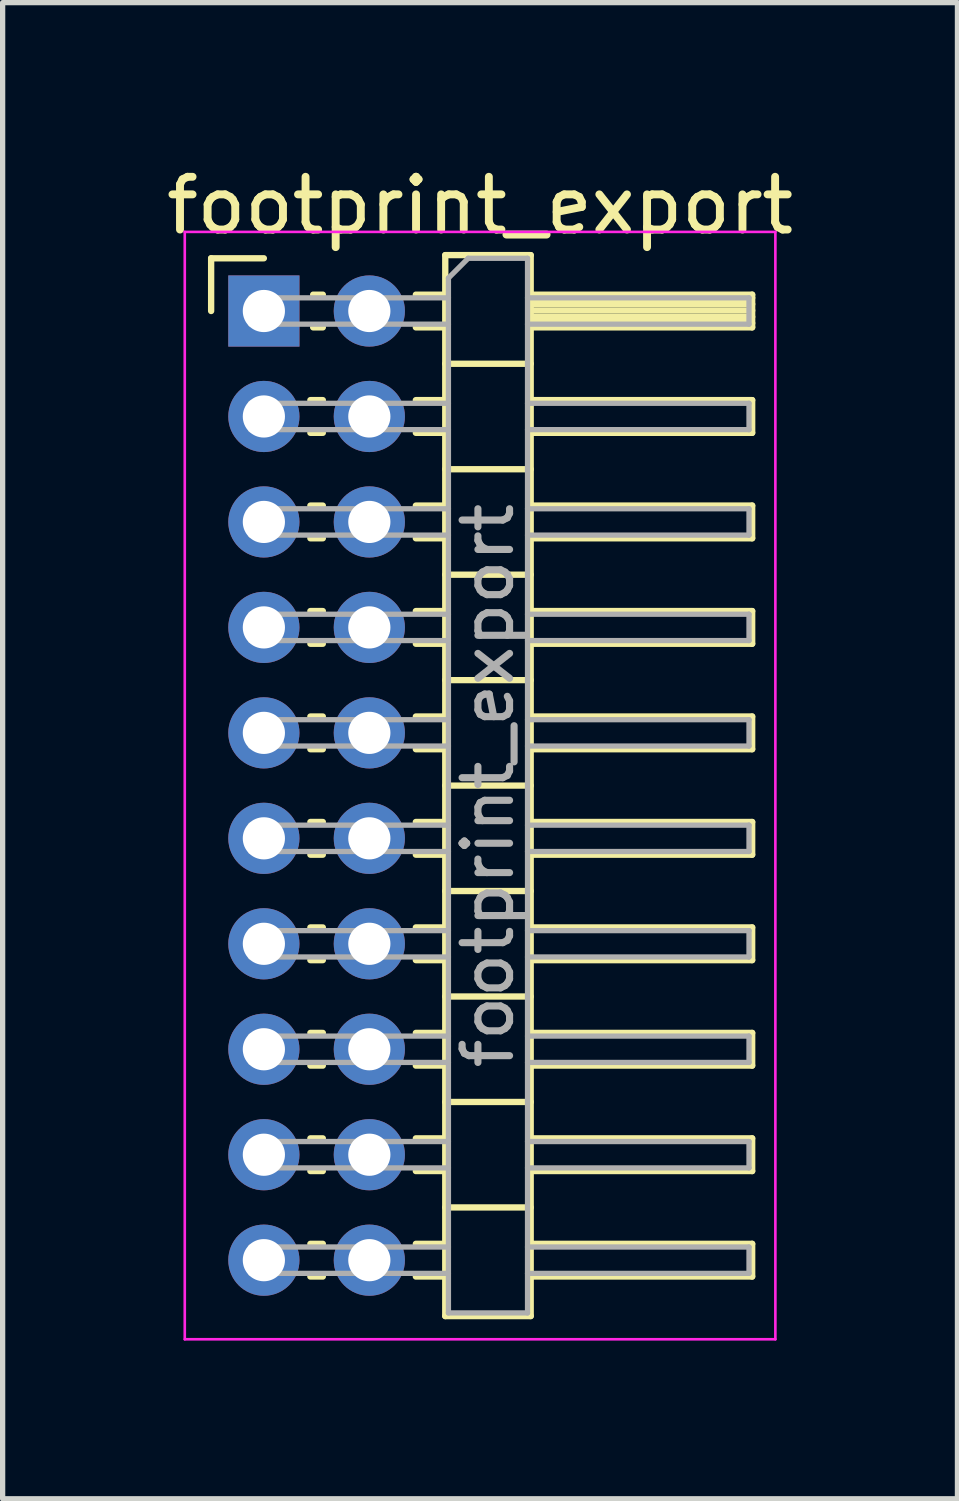
<source format=kicad_pcb>
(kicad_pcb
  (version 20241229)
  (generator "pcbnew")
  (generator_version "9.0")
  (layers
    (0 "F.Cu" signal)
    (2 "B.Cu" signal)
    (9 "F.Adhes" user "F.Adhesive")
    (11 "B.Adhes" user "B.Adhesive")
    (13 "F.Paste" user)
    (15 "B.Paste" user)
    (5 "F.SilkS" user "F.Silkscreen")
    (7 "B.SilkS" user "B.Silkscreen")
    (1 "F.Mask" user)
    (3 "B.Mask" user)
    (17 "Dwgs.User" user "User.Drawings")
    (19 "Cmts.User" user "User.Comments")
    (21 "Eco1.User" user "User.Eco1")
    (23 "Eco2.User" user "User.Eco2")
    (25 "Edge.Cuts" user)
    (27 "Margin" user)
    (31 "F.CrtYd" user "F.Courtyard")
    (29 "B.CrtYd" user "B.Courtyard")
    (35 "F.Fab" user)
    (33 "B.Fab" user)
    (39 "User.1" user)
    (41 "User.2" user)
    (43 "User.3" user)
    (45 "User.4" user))
  (footprint "footprint_export"
    (layer "F.Cu")
    (at 1.954 2.848)
    (property "Reference" "footprint_export" (at 4.1 -2 0) (layer "F.SilkS") (effects (font (size 1 1) (thickness 0.15))))
    (attr through_hole)
    (fp_line (start -1 -1) (end 0 -1) (stroke (width 0.12) (type solid)) (layer "F.SilkS"))
    (fp_line (start -1 0) (end -1 -1) (stroke (width 0.12) (type solid)) (layer "F.SilkS"))
    (fp_line (start 0.882 1.69) (end 1.118 1.69) (stroke (width 0.12) (type solid)) (layer "F.SilkS"))
    (fp_line (start 0.882 2.31) (end 1.118 2.31) (stroke (width 0.12) (type solid)) (layer "F.SilkS"))
    (fp_line (start 0.882 3.69) (end 1.118 3.69) (stroke (width 0.12) (type solid)) (layer "F.SilkS"))
    (fp_line (start 0.882 4.31) (end 1.118 4.31) (stroke (width 0.12) (type solid)) (layer "F.SilkS"))
    (fp_line (start 0.882 5.69) (end 1.118 5.69) (stroke (width 0.12) (type solid)) (layer "F.SilkS"))
    (fp_line (start 0.882 6.31) (end 1.118 6.31) (stroke (width 0.12) (type solid)) (layer "F.SilkS"))
    (fp_line (start 0.882 7.69) (end 1.118 7.69) (stroke (width 0.12) (type solid)) (layer "F.SilkS"))
    (fp_line (start 0.882 8.31) (end 1.118 8.31) (stroke (width 0.12) (type solid)) (layer "F.SilkS"))
    (fp_line (start 0.882 9.69) (end 1.118 9.69) (stroke (width 0.12) (type solid)) (layer "F.SilkS"))
    (fp_line (start 0.882 10.31) (end 1.118 10.31) (stroke (width 0.12) (type solid)) (layer "F.SilkS"))
    (fp_line (start 0.882 11.69) (end 1.118 11.69) (stroke (width 0.12) (type solid)) (layer "F.SilkS"))
    (fp_line (start 0.882 12.31) (end 1.118 12.31) (stroke (width 0.12) (type solid)) (layer "F.SilkS"))
    (fp_line (start 0.882 13.69) (end 1.118 13.69) (stroke (width 0.12) (type solid)) (layer "F.SilkS"))
    (fp_line (start 0.882 14.31) (end 1.118 14.31) (stroke (width 0.12) (type solid)) (layer "F.SilkS"))
    (fp_line (start 0.882 15.69) (end 1.118 15.69) (stroke (width 0.12) (type solid)) (layer "F.SilkS"))
    (fp_line (start 0.882 16.31) (end 1.118 16.31) (stroke (width 0.12) (type solid)) (layer "F.SilkS"))
    (fp_line (start 0.882 17.69) (end 1.118 17.69) (stroke (width 0.12) (type solid)) (layer "F.SilkS"))
    (fp_line (start 0.882 18.31) (end 1.118 18.31) (stroke (width 0.12) (type solid)) (layer "F.SilkS"))
    (fp_line (start 0.935 -0.31) (end 1.118 -0.31) (stroke (width 0.12) (type solid)) (layer "F.SilkS"))
    (fp_line (start 0.935 0.31) (end 1.118 0.31) (stroke (width 0.12) (type solid)) (layer "F.SilkS"))
    (fp_line (start 2.882 -0.31) (end 3.44 -0.31) (stroke (width 0.12) (type solid)) (layer "F.SilkS"))
    (fp_line (start 2.882 0.31) (end 3.44 0.31) (stroke (width 0.12) (type solid)) (layer "F.SilkS"))
    (fp_line (start 2.882 1.69) (end 3.44 1.69) (stroke (width 0.12) (type solid)) (layer "F.SilkS"))
    (fp_line (start 2.882 2.31) (end 3.44 2.31) (stroke (width 0.12) (type solid)) (layer "F.SilkS"))
    (fp_line (start 2.882 3.69) (end 3.44 3.69) (stroke (width 0.12) (type solid)) (layer "F.SilkS"))
    (fp_line (start 2.882 4.31) (end 3.44 4.31) (stroke (width 0.12) (type solid)) (layer "F.SilkS"))
    (fp_line (start 2.882 5.69) (end 3.44 5.69) (stroke (width 0.12) (type solid)) (layer "F.SilkS"))
    (fp_line (start 2.882 6.31) (end 3.44 6.31) (stroke (width 0.12) (type solid)) (layer "F.SilkS"))
    (fp_line (start 2.882 7.69) (end 3.44 7.69) (stroke (width 0.12) (type solid)) (layer "F.SilkS"))
    (fp_line (start 2.882 8.31) (end 3.44 8.31) (stroke (width 0.12) (type solid)) (layer "F.SilkS"))
    (fp_line (start 2.882 9.69) (end 3.44 9.69) (stroke (width 0.12) (type solid)) (layer "F.SilkS"))
    (fp_line (start 2.882 10.31) (end 3.44 10.31) (stroke (width 0.12) (type solid)) (layer "F.SilkS"))
    (fp_line (start 2.882 11.69) (end 3.44 11.69) (stroke (width 0.12) (type solid)) (layer "F.SilkS"))
    (fp_line (start 2.882 12.31) (end 3.44 12.31) (stroke (width 0.12) (type solid)) (layer "F.SilkS"))
    (fp_line (start 2.882 13.69) (end 3.44 13.69) (stroke (width 0.12) (type solid)) (layer "F.SilkS"))
    (fp_line (start 2.882 14.31) (end 3.44 14.31) (stroke (width 0.12) (type solid)) (layer "F.SilkS"))
    (fp_line (start 2.882 15.69) (end 3.44 15.69) (stroke (width 0.12) (type solid)) (layer "F.SilkS"))
    (fp_line (start 2.882 16.31) (end 3.44 16.31) (stroke (width 0.12) (type solid)) (layer "F.SilkS"))
    (fp_line (start 2.882 17.69) (end 3.44 17.69) (stroke (width 0.12) (type solid)) (layer "F.SilkS"))
    (fp_line (start 2.882 18.31) (end 3.44 18.31) (stroke (width 0.12) (type solid)) (layer "F.SilkS"))
    (fp_line (start 3.44 -1.06) (end 3.44 19.06) (stroke (width 0.12) (type solid)) (layer "F.SilkS"))
    (fp_line (start 3.44 1) (end 5.06 1) (stroke (width 0.12) (type solid)) (layer "F.SilkS"))
    (fp_line (start 3.44 3) (end 5.06 3) (stroke (width 0.12) (type solid)) (layer "F.SilkS"))
    (fp_line (start 3.44 5) (end 5.06 5) (stroke (width 0.12) (type solid)) (layer "F.SilkS"))
    (fp_line (start 3.44 7) (end 5.06 7) (stroke (width 0.12) (type solid)) (layer "F.SilkS"))
    (fp_line (start 3.44 9) (end 5.06 9) (stroke (width 0.12) (type solid)) (layer "F.SilkS"))
    (fp_line (start 3.44 11) (end 5.06 11) (stroke (width 0.12) (type solid)) (layer "F.SilkS"))
    (fp_line (start 3.44 13) (end 5.06 13) (stroke (width 0.12) (type solid)) (layer "F.SilkS"))
    (fp_line (start 3.44 15) (end 5.06 15) (stroke (width 0.12) (type solid)) (layer "F.SilkS"))
    (fp_line (start 3.44 17) (end 5.06 17) (stroke (width 0.12) (type solid)) (layer "F.SilkS"))
    (fp_line (start 3.44 19.06) (end 5.06 19.06) (stroke (width 0.12) (type solid)) (layer "F.SilkS"))
    (fp_line (start 5.06 -1.06) (end 3.44 -1.06) (stroke (width 0.12) (type solid)) (layer "F.SilkS"))
    (fp_line (start 5.06 -0.31) (end 9.26 -0.31) (stroke (width 0.12) (type solid)) (layer "F.SilkS"))
    (fp_line (start 5.06 -0.25) (end 9.26 -0.25) (stroke (width 0.12) (type solid)) (layer "F.SilkS"))
    (fp_line (start 5.06 -0.13) (end 9.26 -0.13) (stroke (width 0.12) (type solid)) (layer "F.SilkS"))
    (fp_line (start 5.06 -0.01) (end 9.26 -0.01) (stroke (width 0.12) (type solid)) (layer "F.SilkS"))
    (fp_line (start 5.06 0.11) (end 9.26 0.11) (stroke (width 0.12) (type solid)) (layer "F.SilkS"))
    (fp_line (start 5.06 0.23) (end 9.26 0.23) (stroke (width 0.12) (type solid)) (layer "F.SilkS"))
    (fp_line (start 5.06 1.69) (end 9.26 1.69) (stroke (width 0.12) (type solid)) (layer "F.SilkS"))
    (fp_line (start 5.06 3.69) (end 9.26 3.69) (stroke (width 0.12) (type solid)) (layer "F.SilkS"))
    (fp_line (start 5.06 5.69) (end 9.26 5.69) (stroke (width 0.12) (type solid)) (layer "F.SilkS"))
    (fp_line (start 5.06 7.69) (end 9.26 7.69) (stroke (width 0.12) (type solid)) (layer "F.SilkS"))
    (fp_line (start 5.06 9.69) (end 9.26 9.69) (stroke (width 0.12) (type solid)) (layer "F.SilkS"))
    (fp_line (start 5.06 11.69) (end 9.26 11.69) (stroke (width 0.12) (type solid)) (layer "F.SilkS"))
    (fp_line (start 5.06 13.69) (end 9.26 13.69) (stroke (width 0.12) (type solid)) (layer "F.SilkS"))
    (fp_line (start 5.06 15.69) (end 9.26 15.69) (stroke (width 0.12) (type solid)) (layer "F.SilkS"))
    (fp_line (start 5.06 17.69) (end 9.26 17.69) (stroke (width 0.12) (type solid)) (layer "F.SilkS"))
    (fp_line (start 5.06 19.06) (end 5.06 -1.06) (stroke (width 0.12) (type solid)) (layer "F.SilkS"))
    (fp_line (start 9.26 -0.31) (end 9.26 0.31) (stroke (width 0.12) (type solid)) (layer "F.SilkS"))
    (fp_line (start 9.26 0.31) (end 5.06 0.31) (stroke (width 0.12) (type solid)) (layer "F.SilkS"))
    (fp_line (start 9.26 1.69) (end 9.26 2.31) (stroke (width 0.12) (type solid)) (layer "F.SilkS"))
    (fp_line (start 9.26 2.31) (end 5.06 2.31) (stroke (width 0.12) (type solid)) (layer "F.SilkS"))
    (fp_line (start 9.26 3.69) (end 9.26 4.31) (stroke (width 0.12) (type solid)) (layer "F.SilkS"))
    (fp_line (start 9.26 4.31) (end 5.06 4.31) (stroke (width 0.12) (type solid)) (layer "F.SilkS"))
    (fp_line (start 9.26 5.69) (end 9.26 6.31) (stroke (width 0.12) (type solid)) (layer "F.SilkS"))
    (fp_line (start 9.26 6.31) (end 5.06 6.31) (stroke (width 0.12) (type solid)) (layer "F.SilkS"))
    (fp_line (start 9.26 7.69) (end 9.26 8.31) (stroke (width 0.12) (type solid)) (layer "F.SilkS"))
    (fp_line (start 9.26 8.31) (end 5.06 8.31) (stroke (width 0.12) (type solid)) (layer "F.SilkS"))
    (fp_line (start 9.26 9.69) (end 9.26 10.31) (stroke (width 0.12) (type solid)) (layer "F.SilkS"))
    (fp_line (start 9.26 10.31) (end 5.06 10.31) (stroke (width 0.12) (type solid)) (layer "F.SilkS"))
    (fp_line (start 9.26 11.69) (end 9.26 12.31) (stroke (width 0.12) (type solid)) (layer "F.SilkS"))
    (fp_line (start 9.26 12.31) (end 5.06 12.31) (stroke (width 0.12) (type solid)) (layer "F.SilkS"))
    (fp_line (start 9.26 13.69) (end 9.26 14.31) (stroke (width 0.12) (type solid)) (layer "F.SilkS"))
    (fp_line (start 9.26 14.31) (end 5.06 14.31) (stroke (width 0.12) (type solid)) (layer "F.SilkS"))
    (fp_line (start 9.26 15.69) (end 9.26 16.31) (stroke (width 0.12) (type solid)) (layer "F.SilkS"))
    (fp_line (start 9.26 16.31) (end 5.06 16.31) (stroke (width 0.12) (type solid)) (layer "F.SilkS"))
    (fp_line (start 9.26 17.69) (end 9.26 18.31) (stroke (width 0.12) (type solid)) (layer "F.SilkS"))
    (fp_line (start 9.26 18.31) (end 5.06 18.31) (stroke (width 0.12) (type solid)) (layer "F.SilkS"))
    (fp_line (start -1.5 -1.5) (end -1.5 19.5) (stroke (width 0.05) (type solid)) (layer "F.CrtYd"))
    (fp_line (start -1.5 19.5) (end 9.7 19.5) (stroke (width 0.05) (type solid)) (layer "F.CrtYd"))
    (fp_line (start 9.7 -1.5) (end -1.5 -1.5) (stroke (width 0.05) (type solid)) (layer "F.CrtYd"))
    (fp_line (start 9.7 19.5) (end 9.7 -1.5) (stroke (width 0.05) (type solid)) (layer "F.CrtYd"))
    (fp_line (start -0.25 -0.25) (end -0.25 0.25) (stroke (width 0.1) (type solid)) (layer "F.Fab"))
    (fp_line (start -0.25 -0.25) (end 3.5 -0.25) (stroke (width 0.1) (type solid)) (layer "F.Fab"))
    (fp_line (start -0.25 0.25) (end 3.5 0.25) (stroke (width 0.1) (type solid)) (layer "F.Fab"))
    (fp_line (start -0.25 1.75) (end -0.25 2.25) (stroke (width 0.1) (type solid)) (layer "F.Fab"))
    (fp_line (start -0.25 1.75) (end 3.5 1.75) (stroke (width 0.1) (type solid)) (layer "F.Fab"))
    (fp_line (start -0.25 2.25) (end 3.5 2.25) (stroke (width 0.1) (type solid)) (layer "F.Fab"))
    (fp_line (start -0.25 3.75) (end -0.25 4.25) (stroke (width 0.1) (type solid)) (layer "F.Fab"))
    (fp_line (start -0.25 3.75) (end 3.5 3.75) (stroke (width 0.1) (type solid)) (layer "F.Fab"))
    (fp_line (start -0.25 4.25) (end 3.5 4.25) (stroke (width 0.1) (type solid)) (layer "F.Fab"))
    (fp_line (start -0.25 5.75) (end -0.25 6.25) (stroke (width 0.1) (type solid)) (layer "F.Fab"))
    (fp_line (start -0.25 5.75) (end 3.5 5.75) (stroke (width 0.1) (type solid)) (layer "F.Fab"))
    (fp_line (start -0.25 6.25) (end 3.5 6.25) (stroke (width 0.1) (type solid)) (layer "F.Fab"))
    (fp_line (start -0.25 7.75) (end -0.25 8.25) (stroke (width 0.1) (type solid)) (layer "F.Fab"))
    (fp_line (start -0.25 7.75) (end 3.5 7.75) (stroke (width 0.1) (type solid)) (layer "F.Fab"))
    (fp_line (start -0.25 8.25) (end 3.5 8.25) (stroke (width 0.1) (type solid)) (layer "F.Fab"))
    (fp_line (start -0.25 9.75) (end -0.25 10.25) (stroke (width 0.1) (type solid)) (layer "F.Fab"))
    (fp_line (start -0.25 9.75) (end 3.5 9.75) (stroke (width 0.1) (type solid)) (layer "F.Fab"))
    (fp_line (start -0.25 10.25) (end 3.5 10.25) (stroke (width 0.1) (type solid)) (layer "F.Fab"))
    (fp_line (start -0.25 11.75) (end -0.25 12.25) (stroke (width 0.1) (type solid)) (layer "F.Fab"))
    (fp_line (start -0.25 11.75) (end 3.5 11.75) (stroke (width 0.1) (type solid)) (layer "F.Fab"))
    (fp_line (start -0.25 12.25) (end 3.5 12.25) (stroke (width 0.1) (type solid)) (layer "F.Fab"))
    (fp_line (start -0.25 13.75) (end -0.25 14.25) (stroke (width 0.1) (type solid)) (layer "F.Fab"))
    (fp_line (start -0.25 13.75) (end 3.5 13.75) (stroke (width 0.1) (type solid)) (layer "F.Fab"))
    (fp_line (start -0.25 14.25) (end 3.5 14.25) (stroke (width 0.1) (type solid)) (layer "F.Fab"))
    (fp_line (start -0.25 15.75) (end -0.25 16.25) (stroke (width 0.1) (type solid)) (layer "F.Fab"))
    (fp_line (start -0.25 15.75) (end 3.5 15.75) (stroke (width 0.1) (type solid)) (layer "F.Fab"))
    (fp_line (start -0.25 16.25) (end 3.5 16.25) (stroke (width 0.1) (type solid)) (layer "F.Fab"))
    (fp_line (start -0.25 17.75) (end -0.25 18.25) (stroke (width 0.1) (type solid)) (layer "F.Fab"))
    (fp_line (start -0.25 17.75) (end 3.5 17.75) (stroke (width 0.1) (type solid)) (layer "F.Fab"))
    (fp_line (start -0.25 18.25) (end 3.5 18.25) (stroke (width 0.1) (type solid)) (layer "F.Fab"))
    (fp_line (start 3.5 -0.625) (end 3.875 -1) (stroke (width 0.1) (type solid)) (layer "F.Fab"))
    (fp_line (start 3.5 19) (end 3.5 -0.625) (stroke (width 0.1) (type solid)) (layer "F.Fab"))
    (fp_line (start 3.875 -1) (end 5 -1) (stroke (width 0.1) (type solid)) (layer "F.Fab"))
    (fp_line (start 5 -1) (end 5 19) (stroke (width 0.1) (type solid)) (layer "F.Fab"))
    (fp_line (start 5 -0.25) (end 9.2 -0.25) (stroke (width 0.1) (type solid)) (layer "F.Fab"))
    (fp_line (start 5 0.25) (end 9.2 0.25) (stroke (width 0.1) (type solid)) (layer "F.Fab"))
    (fp_line (start 5 1.75) (end 9.2 1.75) (stroke (width 0.1) (type solid)) (layer "F.Fab"))
    (fp_line (start 5 2.25) (end 9.2 2.25) (stroke (width 0.1) (type solid)) (layer "F.Fab"))
    (fp_line (start 5 3.75) (end 9.2 3.75) (stroke (width 0.1) (type solid)) (layer "F.Fab"))
    (fp_line (start 5 4.25) (end 9.2 4.25) (stroke (width 0.1) (type solid)) (layer "F.Fab"))
    (fp_line (start 5 5.75) (end 9.2 5.75) (stroke (width 0.1) (type solid)) (layer "F.Fab"))
    (fp_line (start 5 6.25) (end 9.2 6.25) (stroke (width 0.1) (type solid)) (layer "F.Fab"))
    (fp_line (start 5 7.75) (end 9.2 7.75) (stroke (width 0.1) (type solid)) (layer "F.Fab"))
    (fp_line (start 5 8.25) (end 9.2 8.25) (stroke (width 0.1) (type solid)) (layer "F.Fab"))
    (fp_line (start 5 9.75) (end 9.2 9.75) (stroke (width 0.1) (type solid)) (layer "F.Fab"))
    (fp_line (start 5 10.25) (end 9.2 10.25) (stroke (width 0.1) (type solid)) (layer "F.Fab"))
    (fp_line (start 5 11.75) (end 9.2 11.75) (stroke (width 0.1) (type solid)) (layer "F.Fab"))
    (fp_line (start 5 12.25) (end 9.2 12.25) (stroke (width 0.1) (type solid)) (layer "F.Fab"))
    (fp_line (start 5 13.75) (end 9.2 13.75) (stroke (width 0.1) (type solid)) (layer "F.Fab"))
    (fp_line (start 5 14.25) (end 9.2 14.25) (stroke (width 0.1) (type solid)) (layer "F.Fab"))
    (fp_line (start 5 15.75) (end 9.2 15.75) (stroke (width 0.1) (type solid)) (layer "F.Fab"))
    (fp_line (start 5 16.25) (end 9.2 16.25) (stroke (width 0.1) (type solid)) (layer "F.Fab"))
    (fp_line (start 5 17.75) (end 9.2 17.75) (stroke (width 0.1) (type solid)) (layer "F.Fab"))
    (fp_line (start 5 18.25) (end 9.2 18.25) (stroke (width 0.1) (type solid)) (layer "F.Fab"))
    (fp_line (start 5 19) (end 3.5 19) (stroke (width 0.1) (type solid)) (layer "F.Fab"))
    (fp_line (start 9.2 -0.25) (end 9.2 0.25) (stroke (width 0.1) (type solid)) (layer "F.Fab"))
    (fp_line (start 9.2 1.75) (end 9.2 2.25) (stroke (width 0.1) (type solid)) (layer "F.Fab"))
    (fp_line (start 9.2 3.75) (end 9.2 4.25) (stroke (width 0.1) (type solid)) (layer "F.Fab"))
    (fp_line (start 9.2 5.75) (end 9.2 6.25) (stroke (width 0.1) (type solid)) (layer "F.Fab"))
    (fp_line (start 9.2 7.75) (end 9.2 8.25) (stroke (width 0.1) (type solid)) (layer "F.Fab"))
    (fp_line (start 9.2 9.75) (end 9.2 10.25) (stroke (width 0.1) (type solid)) (layer "F.Fab"))
    (fp_line (start 9.2 11.75) (end 9.2 12.25) (stroke (width 0.1) (type solid)) (layer "F.Fab"))
    (fp_line (start 9.2 13.75) (end 9.2 14.25) (stroke (width 0.1) (type solid)) (layer "F.Fab"))
    (fp_line (start 9.2 15.75) (end 9.2 16.25) (stroke (width 0.1) (type solid)) (layer "F.Fab"))
    (fp_line (start 9.2 17.75) (end 9.2 18.25) (stroke (width 0.1) (type solid)) (layer "F.Fab"))
    (fp_text user "${REFERENCE}" (at 4.25 9 90) (layer "F.Fab") (effects (font (size 0.9 0.9) (thickness 0.135))))
    (pad "1" thru_hole rect (at 0 0) (size 1.35 1.35) (drill 0.8) (layers "*.Cu" "*.Mask"))
    (pad "2" thru_hole oval (at 2 0) (size 1.35 1.35) (drill 0.8) (layers "*.Cu" "*.Mask"))
    (pad "3" thru_hole oval (at 0 2) (size 1.35 1.35) (drill 0.8) (layers "*.Cu" "*.Mask"))
    (pad "4" thru_hole oval (at 2 2) (size 1.35 1.35) (drill 0.8) (layers "*.Cu" "*.Mask"))
    (pad "5" thru_hole oval (at 0 4) (size 1.35 1.35) (drill 0.8) (layers "*.Cu" "*.Mask"))
    (pad "6" thru_hole oval (at 2 4) (size 1.35 1.35) (drill 0.8) (layers "*.Cu" "*.Mask"))
    (pad "7" thru_hole oval (at 0 6) (size 1.35 1.35) (drill 0.8) (layers "*.Cu" "*.Mask"))
    (pad "8" thru_hole oval (at 2 6) (size 1.35 1.35) (drill 0.8) (layers "*.Cu" "*.Mask"))
    (pad "9" thru_hole oval (at 0 8) (size 1.35 1.35) (drill 0.8) (layers "*.Cu" "*.Mask"))
    (pad "10" thru_hole oval (at 2 8) (size 1.35 1.35) (drill 0.8) (layers "*.Cu" "*.Mask"))
    (pad "11" thru_hole oval (at 0 10) (size 1.35 1.35) (drill 0.8) (layers "*.Cu" "*.Mask"))
    (pad "12" thru_hole oval (at 2 10) (size 1.35 1.35) (drill 0.8) (layers "*.Cu" "*.Mask"))
    (pad "13" thru_hole oval (at 0 12) (size 1.35 1.35) (drill 0.8) (layers "*.Cu" "*.Mask"))
    (pad "14" thru_hole oval (at 2 12) (size 1.35 1.35) (drill 0.8) (layers "*.Cu" "*.Mask"))
    (pad "15" thru_hole oval (at 0 14) (size 1.35 1.35) (drill 0.8) (layers "*.Cu" "*.Mask"))
    (pad "16" thru_hole oval (at 2 14) (size 1.35 1.35) (drill 0.8) (layers "*.Cu" "*.Mask"))
    (pad "17" thru_hole oval (at 0 16) (size 1.35 1.35) (drill 0.8) (layers "*.Cu" "*.Mask"))
    (pad "18" thru_hole oval (at 2 16) (size 1.35 1.35) (drill 0.8) (layers "*.Cu" "*.Mask"))
    (pad "19" thru_hole oval (at 0 18) (size 1.35 1.35) (drill 0.8) (layers "*.Cu" "*.Mask"))
    (pad "20" thru_hole oval (at 2 18) (size 1.35 1.35) (drill 0.8) (layers "*.Cu" "*.Mask")))
  (gr_rect
    (start -3 -3)
    (end 15.107 25.373)
    (stroke (width 0.1) (type default))
    (fill no)
    (layer "Edge.Cuts")))
</source>
